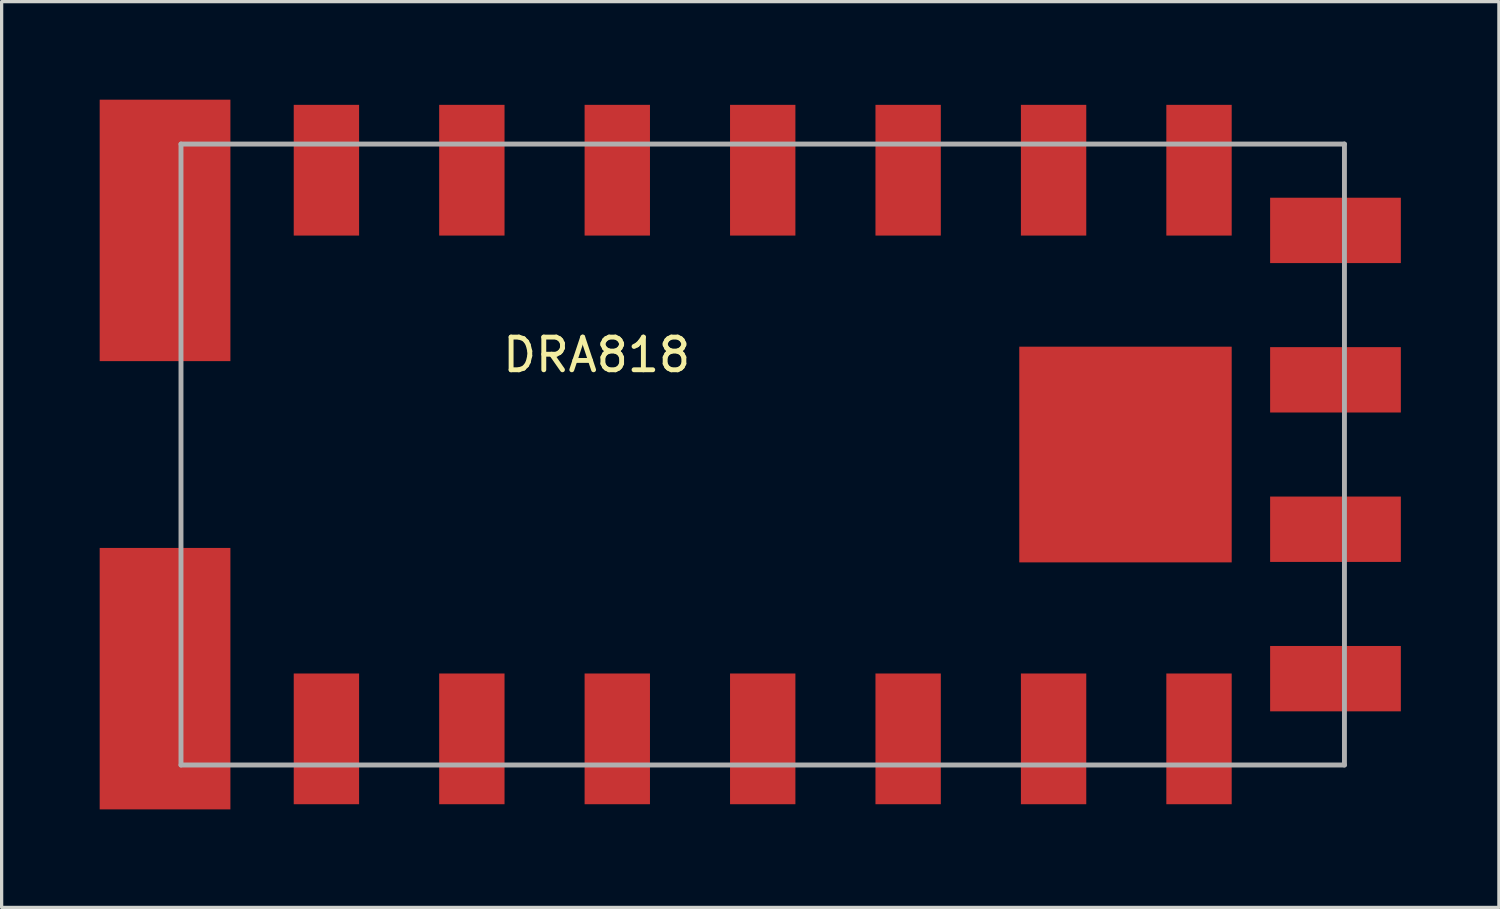
<source format=kicad_pcb>
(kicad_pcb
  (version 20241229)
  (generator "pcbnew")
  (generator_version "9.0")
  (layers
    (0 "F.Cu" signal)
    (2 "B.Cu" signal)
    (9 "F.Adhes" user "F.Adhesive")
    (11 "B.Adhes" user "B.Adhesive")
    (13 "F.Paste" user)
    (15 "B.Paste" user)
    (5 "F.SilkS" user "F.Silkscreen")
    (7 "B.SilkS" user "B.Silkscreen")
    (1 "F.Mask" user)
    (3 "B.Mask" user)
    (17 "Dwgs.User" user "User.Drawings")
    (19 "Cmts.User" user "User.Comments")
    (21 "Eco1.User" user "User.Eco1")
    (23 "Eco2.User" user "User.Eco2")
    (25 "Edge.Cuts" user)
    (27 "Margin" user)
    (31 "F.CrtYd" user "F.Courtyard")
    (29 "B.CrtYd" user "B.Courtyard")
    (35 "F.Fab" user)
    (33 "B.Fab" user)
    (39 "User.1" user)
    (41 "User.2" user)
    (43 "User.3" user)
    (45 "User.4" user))
  (footprint "DRA818"
    (layer "F.Cu")
    (at 20.288 10.858)
    (property "Reference" "DRA818" (at -5.08 -3.048 0) (layer "F.SilkS") (effects (font (size 1 1) (thickness 0.15))))
    (attr through_hole)
    (fp_line (start -17.8 -9.5) (end 17.8 -9.5) (stroke (width 0.15) (type solid)) (layer "F.Fab"))
    (fp_line (start -17.8 9.5) (end -17.8 -9.5) (stroke (width 0.15) (type solid)) (layer "F.Fab"))
    (fp_line (start 17.8 -9.5) (end 17.8 9.5) (stroke (width 0.15) (type solid)) (layer "F.Fab"))
    (fp_line (start 17.8 9.5) (end -17.8 9.5) (stroke (width 0.15) (type solid)) (layer "F.Fab"))
    (pad "1" smd rect (at -13.35 -8.7) (size 2 4) (layers "F.Cu" "F.Mask" "F.Paste"))
    (pad "2" smd rect (at -8.9 -8.7) (size 2 4) (layers "F.Cu" "F.Mask" "F.Paste"))
    (pad "3" smd rect (at -4.45 -8.7) (size 2 4) (layers "F.Cu" "F.Mask" "F.Paste"))
    (pad "4" smd rect (at 0 -8.7) (size 2 4) (layers "F.Cu" "F.Mask" "F.Paste"))
    (pad "5" smd rect (at 4.45 -8.7) (size 2 4) (layers "F.Cu" "F.Mask" "F.Paste"))
    (pad "6" smd rect (at 8.9 -8.7) (size 2 4) (layers "F.Cu" "F.Mask" "F.Paste"))
    (pad "7" smd rect (at 13.35 -8.7) (size 2 4) (layers "F.Cu" "F.Mask" "F.Paste"))
    (pad "8" smd rect (at 17.526 -6.858 90) (size 2 4) (layers "F.Cu" "F.Mask" "F.Paste"))
    (pad "9" smd rect (at 17.526 -2.286 90) (size 2 4) (layers "F.Cu" "F.Mask" "F.Paste"))
    (pad "10" smd rect (at 17.526 2.286 90) (size 2 4) (layers "F.Cu" "F.Mask" "F.Paste"))
    (pad "11" smd rect (at 17.526 6.858 90) (size 2 4) (layers "F.Cu" "F.Mask" "F.Paste"))
    (pad "12" smd rect (at 13.35 8.7) (size 2 4) (layers "F.Cu" "F.Mask" "F.Paste"))
    (pad "13" smd rect (at 8.9 8.7) (size 2 4) (layers "F.Cu" "F.Mask" "F.Paste"))
    (pad "14" smd rect (at 4.45 8.7) (size 2 4) (layers "F.Cu" "F.Mask" "F.Paste"))
    (pad "15" smd rect (at 0 8.7) (size 2 4) (layers "F.Cu" "F.Mask" "F.Paste"))
    (pad "16" smd rect (at -4.45 8.7) (size 2 4) (layers "F.Cu" "F.Mask" "F.Paste"))
    (pad "17" smd rect (at -8.9 8.7) (size 2 4) (layers "F.Cu" "F.Mask" "F.Paste"))
    (pad "18" smd rect (at -13.35 8.7) (size 2 4) (layers "F.Cu" "F.Mask" "F.Paste"))
    (pad "P1" smd rect (at 11.1 0) (size 6.5 6.6) (layers "F.Cu" "F.Mask" "F.Paste"))
    (pad "P2" smd rect (at -18.288 -6.858) (size 4 8) (layers "F.Cu" "F.Mask" "F.Paste"))
    (pad "P3" smd rect (at -18.288 6.858) (size 4 8) (layers "F.Cu" "F.Mask" "F.Paste")))
  (gr_rect
    (start -3 -3)
    (end 42.814 24.716)
    (stroke (width 0.1) (type default))
    (fill no)
    (layer "Edge.Cuts")))
</source>
